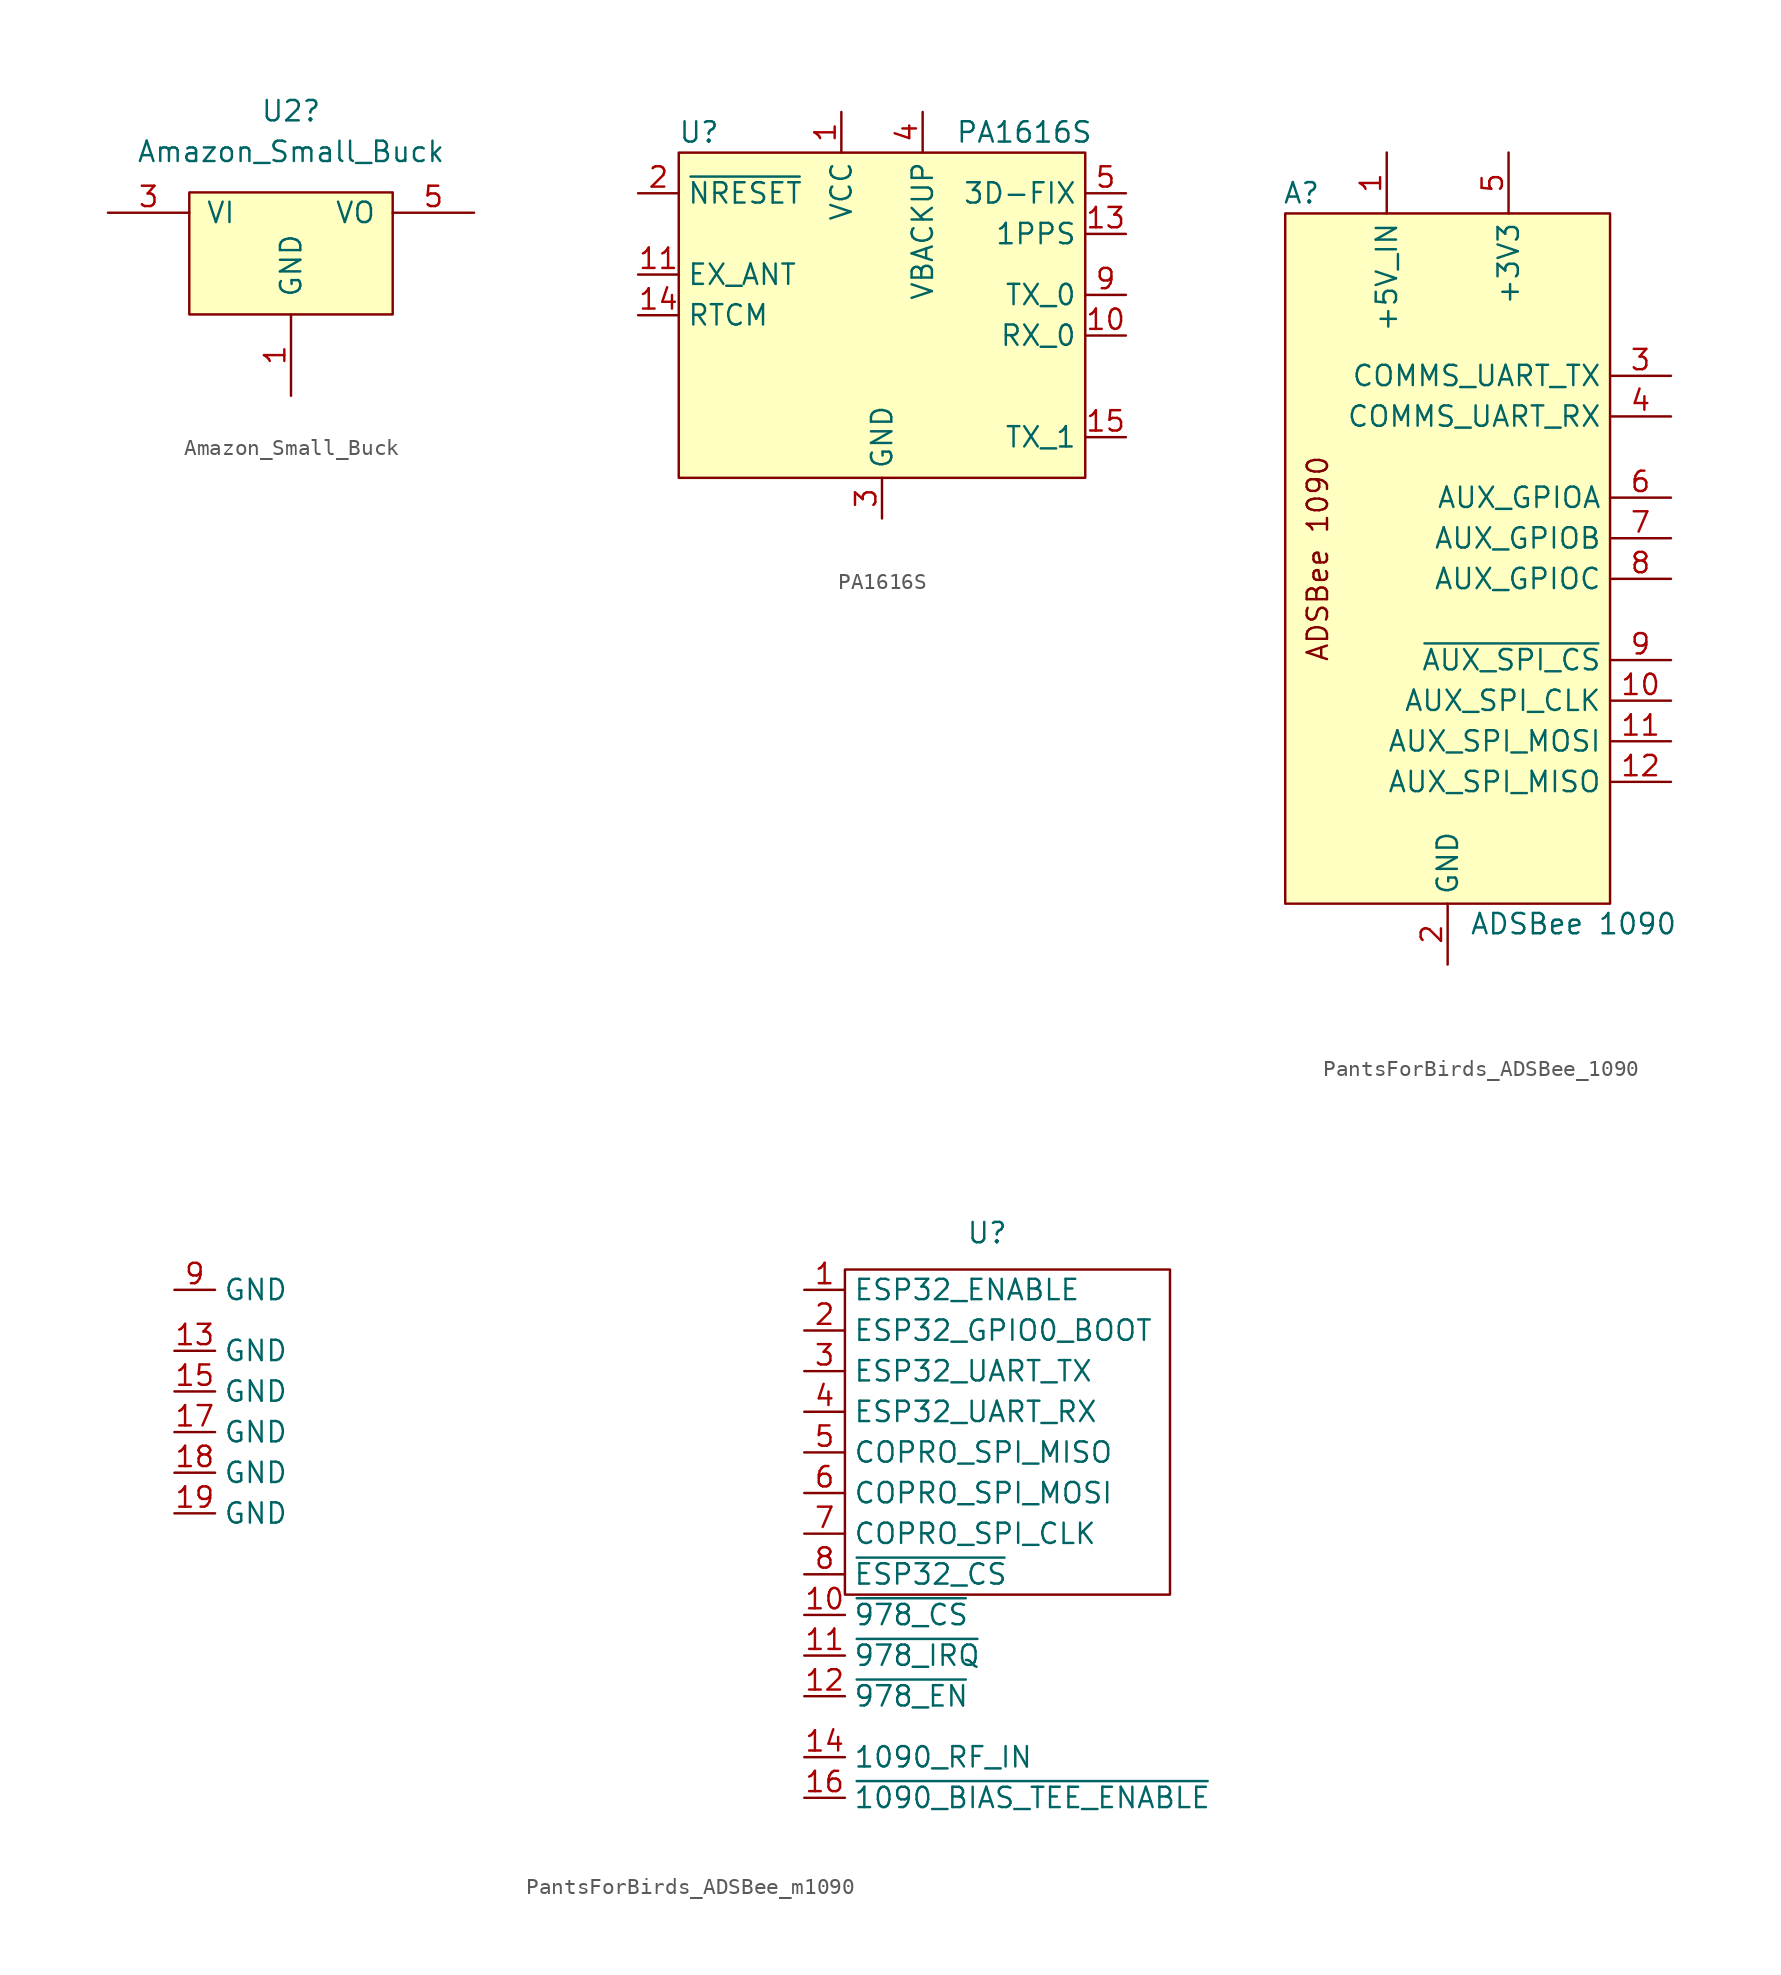
<source format=kicad_sym>
(kicad_symbol_lib
  (version 20231120)
  (generator "kicad_symbol_editor")
  (generator_version "8.0")
  (symbol "Amazon_Small_Buck"
    (pin_names
      (offset 1.016))
    (property "Reference" "U2"
      (at 0 7.62 0)
      (effects (font (size 1.27 1.27))))
    (property "Value" "Amazon_Small_Buck"
      (at 0 5.08 0)
      (effects (font (size 1.27 1.27))))
    (symbol "Amazon_Small_Buck_0_1"
      (rectangle (start -6.35 2.54) (end 6.35 -5.08) (stroke (width 0) (type default)) (fill (type background))))
    (symbol "Amazon_Small_Buck_1_1"
      (pin power_in line (at 0 -10.16 90) (length 5.08) (name "GND" (effects (font (size 1.27 1.27)))) (number "1" (effects (font (size 1.27 1.27)))))
      (pin passive line (at 0 -10.16 90) (length 5.08) hide (name "GND" (effects (font (size 1.27 1.27)))) (number "2" (effects (font (size 1.27 1.27)))))
      (pin power_in line (at -11.43 1.27 0) (length 5.08) (name "VI" (effects (font (size 1.27 1.27)))) (number "3" (effects (font (size 1.27 1.27)))))
      (pin power_in line (at -11.43 1.27 0) (length 5.08) hide (name "VI" (effects (font (size 1.27 1.27)))) (number "4" (effects (font (size 1.27 1.27)))))
      (pin power_out line (at 11.43 1.27 180) (length 5.08) (name "VO" (effects (font (size 1.27 1.27)))) (number "5" (effects (font (size 1.27 1.27)))))
      (pin passive line (at 11.43 1.27 180) (length 5.08) hide (name "VO" (effects (font (size 1.27 1.27)))) (number "6" (effects (font (size 1.27 1.27)))))
      (pin passive line (at 0 -10.16 90) (length 5.08) hide (name "GND" (effects (font (size 1.27 1.27)))) (number "7" (effects (font (size 1.27 1.27)))))
      (pin passive line (at 0 -10.16 90) (length 5.08) hide (name "GND" (effects (font (size 1.27 1.27)))) (number "8" (effects (font (size 1.27 1.27)))))))
  (symbol "PA1616S"
    (property "Reference" "U"
      (at -11.43 8.89 0)
      (effects (font (size 1.27 1.27))))
    (property "Value" "PA1616S"
      (at 8.89 8.89 0)
      (effects (font (size 1.27 1.27))))
    (symbol "PA1616S_0_0"
      (pin power_in line (at -2.54 10.16 270) (length 2.54) (name "VCC" (effects (font (size 1.27 1.27)))) (number "1" (effects (font (size 1.27 1.27)))))
      (pin input line (at 15.24 -3.81 180) (length 2.54) (name "RX_0" (effects (font (size 1.27 1.27)))) (number "10" (effects (font (size 1.27 1.27)))))
      (pin input line (at -15.24 0 0) (length 2.54) (name "EX_ANT" (effects (font (size 1.27 1.27)))) (number "11" (effects (font (size 1.27 1.27)))))
      (pin power_in line (at 0 -15.24 90) (length 2.54) hide (name "GND" (effects (font (size 1.27 1.27)))) (number "12" (effects (font (size 1.27 1.27)))))
      (pin output line (at 15.24 2.54 180) (length 2.54) (name "1PPS" (effects (font (size 1.27 1.27)))) (number "13" (effects (font (size 1.27 1.27)))))
      (pin input line (at -15.24 -2.54 0) (length 2.54) (name "RTCM" (effects (font (size 1.27 1.27)))) (number "14" (effects (font (size 1.27 1.27)))))
      (pin output line (at 15.24 -10.16 180) (length 2.54) (name "TX_1" (effects (font (size 1.27 1.27)))) (number "15" (effects (font (size 1.27 1.27)))))
      (pin no_connect line (at -12.7 -7.62 0) (length 2.54) hide (name "NC" (effects (font (size 1.27 1.27)))) (number "16" (effects (font (size 1.27 1.27)))))
      (pin no_connect line (at -12.7 -8.89 0) (length 2.54) hide (name "NC" (effects (font (size 1.27 1.27)))) (number "17" (effects (font (size 1.27 1.27)))))
      (pin no_connect line (at -12.7 -10.16 0) (length 2.54) hide (name "NC" (effects (font (size 1.27 1.27)))) (number "18" (effects (font (size 1.27 1.27)))))
      (pin power_in line (at 0 -15.24 90) (length 2.54) hide (name "GND" (effects (font (size 1.27 1.27)))) (number "19" (effects (font (size 1.27 1.27)))))
      (pin input line (at -15.24 5.08 0) (length 2.54) (name "~{NRESET}" (effects (font (size 1.27 1.27)))) (number "2" (effects (font (size 1.27 1.27)))))
      (pin no_connect line (at -12.7 -11.43 0) (length 2.54) hide (name "NC" (effects (font (size 1.27 1.27)))) (number "20" (effects (font (size 1.27 1.27)))))
      (pin power_in line (at 0 -15.24 90) (length 2.54) (name "GND" (effects (font (size 1.27 1.27)))) (number "3" (effects (font (size 1.27 1.27)))))
      (pin power_in line (at 2.54 10.16 270) (length 2.54) (name "VBACKUP" (effects (font (size 1.27 1.27)))) (number "4" (effects (font (size 1.27 1.27)))))
      (pin output line (at 15.24 5.08 180) (length 2.54) (name "3D-FIX" (effects (font (size 1.27 1.27)))) (number "5" (effects (font (size 1.27 1.27)))))
      (pin no_connect line (at -12.7 -5.08 0) (length 2.54) hide (name "NC" (effects (font (size 1.27 1.27)))) (number "6" (effects (font (size 1.27 1.27)))))
      (pin no_connect line (at -12.7 -6.35 0) (length 2.54) hide (name "NC" (effects (font (size 1.27 1.27)))) (number "7" (effects (font (size 1.27 1.27)))))
      (pin power_in line (at 0 -15.24 90) (length 2.54) hide (name "GND" (effects (font (size 1.27 1.27)))) (number "8" (effects (font (size 1.27 1.27)))))
      (pin output line (at 15.24 -1.27 180) (length 2.54) (name "TX_0" (effects (font (size 1.27 1.27)))) (number "9" (effects (font (size 1.27 1.27))))))
    (symbol "PA1616S_0_1"
      (rectangle (start -12.7 7.62) (end 12.7 -12.7) (stroke (width 0) (type default)) (fill (type background)))))
  (symbol "PantsForBirds_ADSBee_1090"
    (property "Reference" "A"
      (at -9.144 22.86 0)
      (effects (font (size 1.27 1.27))))
    (property "Value" "ADSBee 1090"
      (at 7.874 -22.86 0)
      (effects (font (size 1.27 1.27))))
    (symbol "PantsForBirds_ADSBee_1090_1_1"
      (rectangle (start -10.16 21.59) (end 10.16 -21.59) (stroke (width 0) (type default)) (fill (type background)))
      (text "ADSBee 1090" (at -8.128 0 900) (effects (font (size 1.27 1.27))))
      (pin power_in line (at -3.81 25.4 270) (length 3.81) (name "+5V_IN" (effects (font (size 1.27 1.27)))) (number "1" (effects (font (size 1.27 1.27)))))
      (pin output line (at 13.97 -8.89 180) (length 3.81) (name "AUX_SPI_CLK" (effects (font (size 1.27 1.27)))) (number "10" (effects (font (size 1.27 1.27)))))
      (pin output line (at 13.97 -11.43 180) (length 3.81) (name "AUX_SPI_MOSI" (effects (font (size 1.27 1.27)))) (number "11" (effects (font (size 1.27 1.27)))))
      (pin output line (at 13.97 -13.97 180) (length 3.81) (name "AUX_SPI_MISO" (effects (font (size 1.27 1.27)))) (number "12" (effects (font (size 1.27 1.27)))))
      (pin power_in line (at 0 -25.4 90) (length 3.81) hide (name "GND" (effects (font (size 1.27 1.27)))) (number "13" (effects (font (size 1.27 1.27)))))
      (pin power_in line (at 0 -25.4 90) (length 3.81) (name "GND" (effects (font (size 1.27 1.27)))) (number "2" (effects (font (size 1.27 1.27)))))
      (pin output line (at 13.97 11.43 180) (length 3.81) (name "COMMS_UART_TX" (effects (font (size 1.27 1.27)))) (number "3" (effects (font (size 1.27 1.27)))))
      (pin output line (at 13.97 8.89 180) (length 3.81) (name "COMMS_UART_RX" (effects (font (size 1.27 1.27)))) (number "4" (effects (font (size 1.27 1.27)))))
      (pin power_out line (at 3.81 25.4 270) (length 3.81) (name "+3V3" (effects (font (size 1.27 1.27)))) (number "5" (effects (font (size 1.27 1.27)))))
      (pin bidirectional line (at 13.97 3.81 180) (length 3.81) (name "AUX_GPIOA" (effects (font (size 1.27 1.27)))) (number "6" (effects (font (size 1.27 1.27)))))
      (pin bidirectional line (at 13.97 1.27 180) (length 3.81) (name "AUX_GPIOB" (effects (font (size 1.27 1.27)))) (number "7" (effects (font (size 1.27 1.27)))))
      (pin bidirectional line (at 13.97 -1.27 180) (length 3.81) (name "AUX_GPIOC" (effects (font (size 1.27 1.27)))) (number "8" (effects (font (size 1.27 1.27)))))
      (pin output line (at 13.97 -6.35 180) (length 3.81) (name "~{AUX_SPI_CS}" (effects (font (size 1.27 1.27)))) (number "9" (effects (font (size 1.27 1.27)))))))
  (symbol "PantsForBirds_ADSBee_m1090"
    (property "Reference" "U"
      (at 0 9.906 0)
      (effects (font (size 1.27 1.27))))
    (property "Value" ""
      (at 0 9.906 0)
      (effects (font (size 1.27 1.27))))
    (symbol "PantsForBirds_ADSBee_m1090_0_1"
      (rectangle (start -8.89 7.62) (end 11.43 -12.7) (stroke (width 0) (type default)) (fill (type none))))
    (symbol "PantsForBirds_ADSBee_m1090_1_1"
      (pin output line (at -11.43 6.35 0) (length 2.54) (name "ESP32_ENABLE" (effects (font (size 1.27 1.27)))) (number "1" (effects (font (size 1.27 1.27)))))
      (pin output line (at -11.43 -13.97 0) (length 2.54) (name "~{978_CS}" (effects (font (size 1.27 1.27)))) (number "10" (effects (font (size 1.27 1.27)))))
      (pin input line (at -11.43 -16.51 0) (length 2.54) (name "~{978_IRQ}" (effects (font (size 1.27 1.27)))) (number "11" (effects (font (size 1.27 1.27)))))
      (pin output line (at -11.43 -19.05 0) (length 2.54) (name "~{978_EN}" (effects (font (size 1.27 1.27)))) (number "12" (effects (font (size 1.27 1.27)))))
      (pin power_in line (at -50.8 2.54 0) (length 2.54) (name "GND" (effects (font (size 1.27 1.27)))) (number "13" (effects (font (size 1.27 1.27)))))
      (pin input line (at -11.43 -22.86 0) (length 2.54) (name "1090_RF_IN" (effects (font (size 1.27 1.27)))) (number "14" (effects (font (size 1.27 1.27)))))
      (pin power_in line (at -50.8 0 0) (length 2.54) (name "GND" (effects (font (size 1.27 1.27)))) (number "15" (effects (font (size 1.27 1.27)))))
      (pin output line (at -11.43 -25.4 0) (length 2.54) (name "~{1090_BIAS_TEE_ENABLE}" (effects (font (size 1.27 1.27)))) (number "16" (effects (font (size 1.27 1.27)))))
      (pin power_in line (at -50.8 -2.54 0) (length 2.54) (name "GND" (effects (font (size 1.27 1.27)))) (number "17" (effects (font (size 1.27 1.27)))))
      (pin power_in line (at -50.8 -5.08 0) (length 2.54) (name "GND" (effects (font (size 1.27 1.27)))) (number "18" (effects (font (size 1.27 1.27)))))
      (pin power_in line (at -50.8 -7.62 0) (length 2.54) (name "GND" (effects (font (size 1.27 1.27)))) (number "19" (effects (font (size 1.27 1.27)))))
      (pin bidirectional line (at -11.43 3.81 0) (length 2.54) (name "ESP32_GPIO0_BOOT" (effects (font (size 1.27 1.27)))) (number "2" (effects (font (size 1.27 1.27)))))
      (pin output line (at -11.43 1.27 0) (length 2.54) (name "ESP32_UART_TX" (effects (font (size 1.27 1.27)))) (number "3" (effects (font (size 1.27 1.27)))))
      (pin input line (at -11.43 -1.27 0) (length 2.54) (name "ESP32_UART_RX" (effects (font (size 1.27 1.27)))) (number "4" (effects (font (size 1.27 1.27)))))
      (pin input line (at -11.43 -3.81 0) (length 2.54) (name "COPRO_SPI_MISO" (effects (font (size 1.27 1.27)))) (number "5" (effects (font (size 1.27 1.27)))))
      (pin output line (at -11.43 -6.35 0) (length 2.54) (name "COPRO_SPI_MOSI" (effects (font (size 1.27 1.27)))) (number "6" (effects (font (size 1.27 1.27)))))
      (pin output line (at -11.43 -8.89 0) (length 2.54) (name "COPRO_SPI_CLK" (effects (font (size 1.27 1.27)))) (number "7" (effects (font (size 1.27 1.27)))))
      (pin output line (at -11.43 -11.43 0) (length 2.54) (name "~{ESP32_CS}" (effects (font (size 1.27 1.27)))) (number "8" (effects (font (size 1.27 1.27)))))
      (pin power_in line (at -50.8 6.35 0) (length 2.54) (name "GND" (effects (font (size 1.27 1.27)))) (number "9" (effects (font (size 1.27 1.27))))))))
</source>
